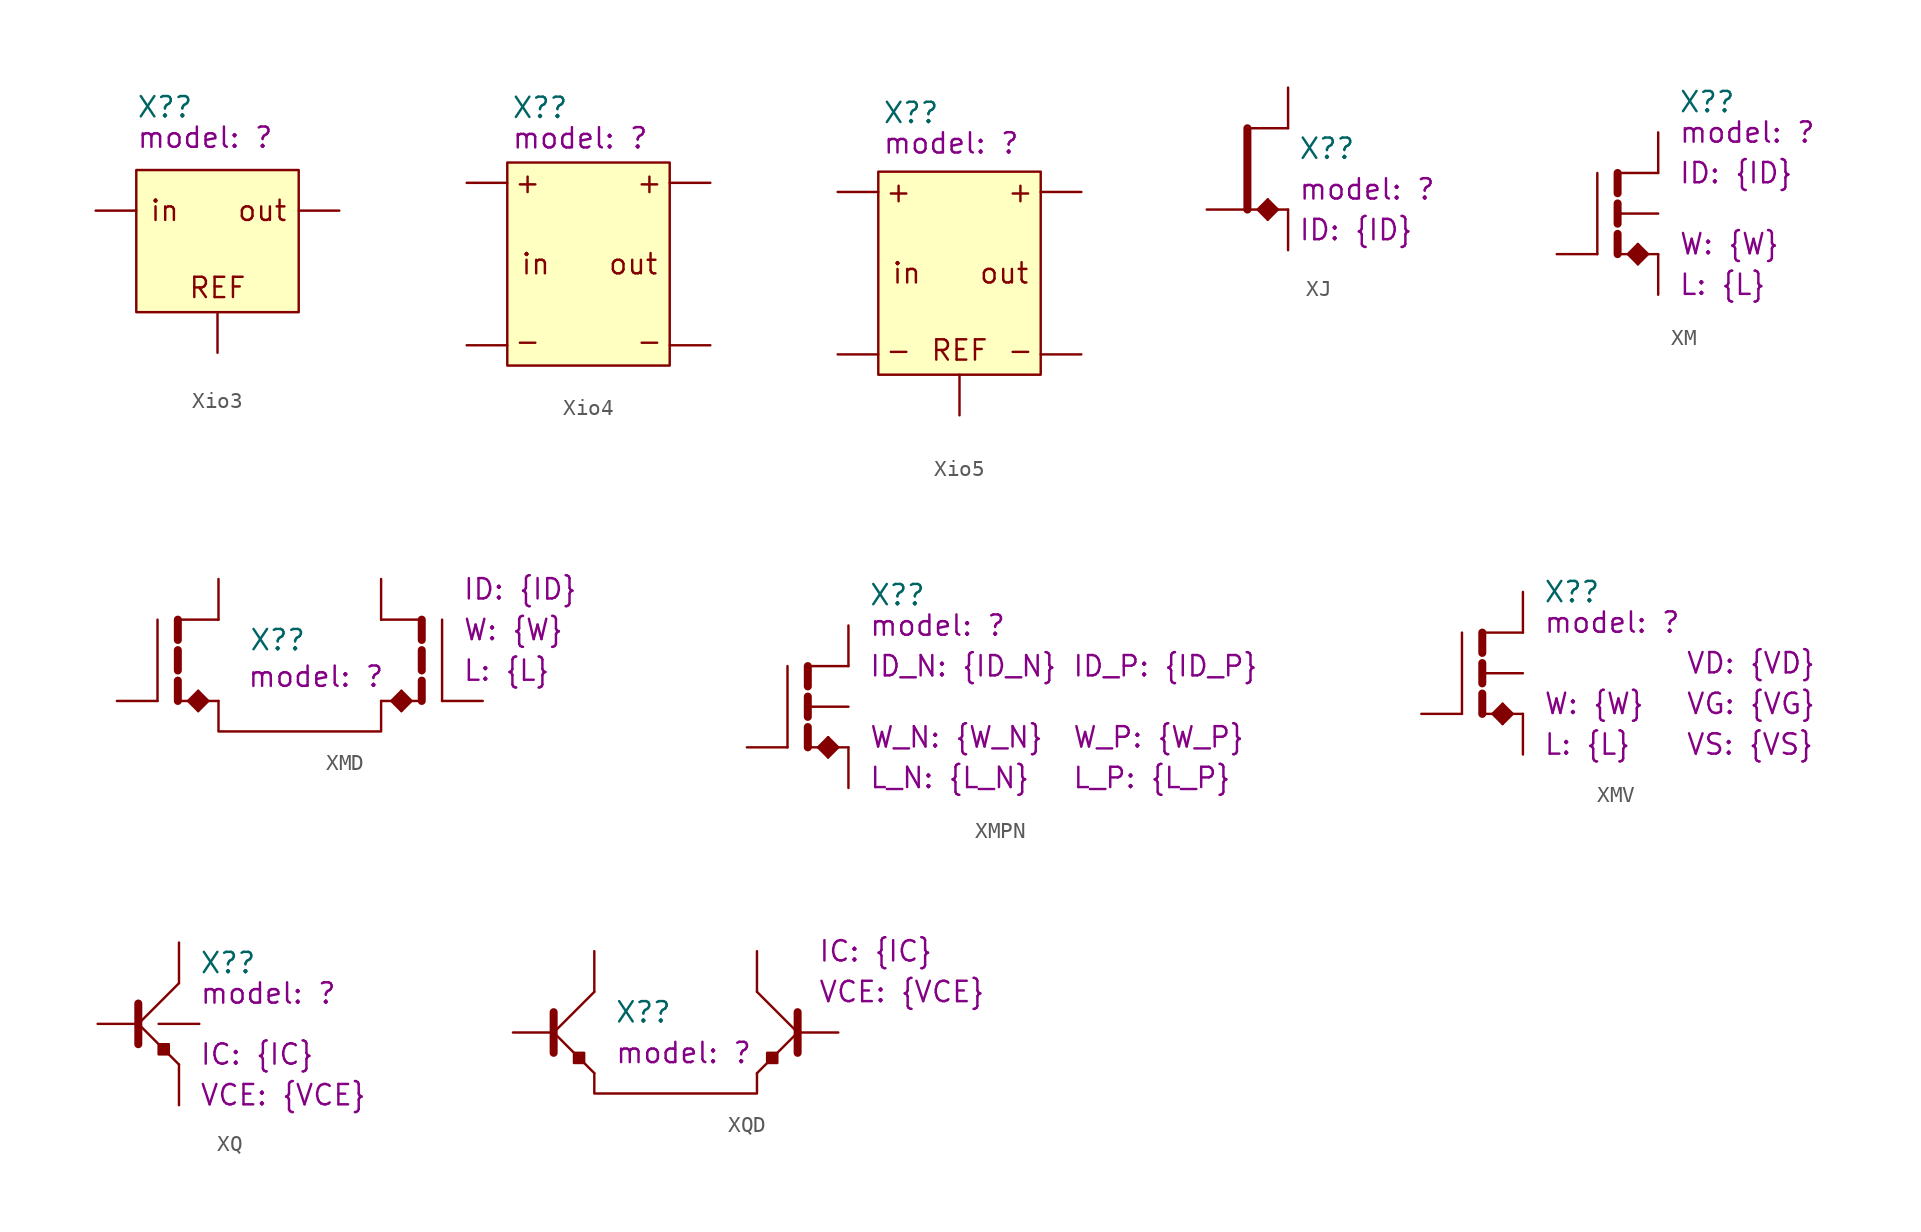
<source format=kicad_sym>
(kicad_symbol_lib
  (version 20231120)
  (generator "kicad_symbol_editor")
  (generator_version "8.0")
  (symbol "Xio3"
    (pin_numbers hide)
    (pin_names
      (offset 0) hide)
    (property "Reference" "X?"
      (at -5.08 6.477 0)
      (effects (font (size 1.27 1.27)) (justify left)))
    (property "model" "?"
      (at -5.08 4.572 0)
      (show_name)
      (effects (font (size 1.27 1.27)) (justify left)))
    (symbol "Xio3_1_0"
      (pin power_out line (at 7.62 0 180) (length 2.54) (name "out" (effects (font (size 1.27 1.27)))) (number "2" (effects (font (size 1.27 1.27)))))
      (pin power_out line (at 0 -8.89 90) (length 2.54) (name "REF" (effects (font (size 1.27 1.27)))) (number "3" (effects (font (size 1.27 1.27))))))
    (symbol "Xio3_1_1"
      (rectangle (start -5.08 2.54) (end 5.08 -6.35) (stroke (width 0) (type default)) (fill (type background)))
      (text "in" (at -3.302 0 0) (effects (font (size 1.27 1.27))))
      (text "out" (at 2.794 0 0) (effects (font (size 1.27 1.27))))
      (text "REF" (at 0 -4.826 0) (effects (font (size 1.27 1.27))))
      (pin input line (at -7.62 0 0) (length 2.54) (name "in" (effects (font (size 1.27 1.27)))) (number "1" (effects (font (size 1.27 1.27)))))))
  (symbol "Xio4"
    (pin_numbers hide)
    (pin_names
      (offset 0) hide)
    (property "Reference" "X?"
      (at -4.826 9.779 0)
      (effects (font (size 1.27 1.27)) (justify left)))
    (property "model" "?"
      (at -4.826 7.874 0)
      (show_name)
      (effects (font (size 1.27 1.27)) (justify left)))
    (symbol "Xio4_1_0"
      (pin power_out line (at 7.62 5.08 180) (length 2.54) (name "outP" (effects (font (size 1.27 1.27)))) (number "3" (effects (font (size 1.27 1.27)))))
      (pin power_out line (at 7.62 -5.08 180) (length 2.54) (name "outN" (effects (font (size 1.27 1.27)))) (number "4" (effects (font (size 1.27 1.27))))))
    (symbol "Xio4_1_1"
      (rectangle (start -5.08 6.35) (end 5.08 -6.35) (stroke (width 0) (type default)) (fill (type background)))
      (text "+" (at -3.81 5.08 0) (effects (font (size 1.27 1.27))))
      (text "+" (at 3.81 5.08 0) (effects (font (size 1.27 1.27))))
      (text "-" (at -3.81 -4.826 0) (effects (font (size 1.27 1.27))))
      (text "-" (at 3.81 -4.826 0) (effects (font (size 1.27 1.27))))
      (text "in" (at -3.302 0 0) (effects (font (size 1.27 1.27))))
      (text "out" (at 2.794 0 0) (effects (font (size 1.27 1.27))))
      (pin input line (at -7.62 5.08 0) (length 2.54) (name "inP" (effects (font (size 1.27 1.27)))) (number "1" (effects (font (size 1.27 1.27)))))
      (pin input line (at -7.62 -5.08 0) (length 2.54) (name "inN" (effects (font (size 1.27 1.27)))) (number "2" (effects (font (size 1.27 1.27)))))))
  (symbol "Xio5"
    (pin_numbers hide)
    (pin_names
      (offset 0) hide)
    (property "Reference" "X?"
      (at -4.826 10.033 0)
      (effects (font (size 1.27 1.27)) (justify left)))
    (property "model" "?"
      (at -4.826 8.128 0)
      (show_name)
      (effects (font (size 1.27 1.27)) (justify left)))
    (symbol "Xio5_1_0"
      (pin power_out line (at 7.62 5.08 180) (length 2.54) (name "outP" (effects (font (size 1.27 1.27)))) (number "3" (effects (font (size 1.27 1.27)))))
      (pin power_out line (at 7.62 -5.08 180) (length 2.54) (name "outN" (effects (font (size 1.27 1.27)))) (number "4" (effects (font (size 1.27 1.27)))))
      (pin power_out line (at 0 -8.89 90) (length 2.54) (name "REF" (effects (font (size 1.27 1.27)))) (number "5" (effects (font (size 1.27 1.27))))))
    (symbol "Xio5_1_1"
      (rectangle (start -5.08 6.35) (end 5.08 -6.35) (stroke (width 0) (type default)) (fill (type background)))
      (text "+" (at -3.81 5.08 0) (effects (font (size 1.27 1.27))))
      (text "+" (at 3.81 5.08 0) (effects (font (size 1.27 1.27))))
      (text "-" (at -3.81 -4.826 0) (effects (font (size 1.27 1.27))))
      (text "-" (at 3.81 -4.826 0) (effects (font (size 1.27 1.27))))
      (text "in" (at -3.302 0 0) (effects (font (size 1.27 1.27))))
      (text "out" (at 2.794 0 0) (effects (font (size 1.27 1.27))))
      (text "REF" (at 0 -4.826 0) (effects (font (size 1.27 1.27))))
      (pin input line (at -7.62 5.08 0) (length 2.54) (name "inP" (effects (font (size 1.27 1.27)))) (number "1" (effects (font (size 1.27 1.27)))))
      (pin input line (at -7.62 -5.08 0) (length 2.54) (name "inN" (effects (font (size 1.27 1.27)))) (number "2" (effects (font (size 1.27 1.27)))))))
  (symbol "XJ"
    (pin_numbers hide)
    (pin_names
      (offset 0) hide)
    (property "Reference" "X?"
      (at 0.635 1.27 0)
      (effects (font (size 1.27 1.27)) (justify left)))
    (property "model" "?"
      (at 0.635 -1.27 0)
      (show_name)
      (effects (font (size 1.27 1.27)) (justify left)))
    (property "ID" "{ID}"
      (at 0.635 -3.81 0)
      (show_name)
      (do_not_autoplace)
      (effects (font (size 1.27 1.27)) (justify left)))
    (symbol "XJ_0_1"
      (polyline (pts (xy -1.905 -2.54) (xy -1.27 -1.905) (xy -1.27 -3.175) (xy -1.905 -2.54)) (stroke (width 0) (type solid)) (fill (type outline)))
      (polyline (pts (xy -0.635 -2.54) (xy -1.27 -1.905) (xy -1.27 -3.175) (xy -0.635 -2.54)) (stroke (width 0) (type solid)) (fill (type outline))))
    (symbol "XJ_1_0"
      (pin unspecified line (at 0 5.08 270) (length 2.54) (name "D" (effects (font (size 1.27 1.27)))) (number "1" (effects (font (size 1.27 1.27)))))
      (pin unspecified line (at -5.08 -2.54 0) (length 2.54) (name "G" (effects (font (size 1.27 1.27)))) (number "2" (effects (font (size 1.27 1.27)))))
      (pin unspecified line (at 0 -5.08 90) (length 2.54) (name "S" (effects (font (size 1.27 1.27)))) (number "3" (effects (font (size 1.27 1.27))))))
    (symbol "XJ_1_1"
      (polyline (pts (xy -2.54 -2.54) (xy -2.54 2.54)) (stroke (width 0.5) (type solid)) (fill (type none)))
      (polyline (pts (xy 0 -2.54) (xy -2.54 -2.54)) (stroke (width 0) (type default)) (fill (type none)))
      (polyline (pts (xy 0 2.54) (xy -2.54 2.54)) (stroke (width 0) (type default)) (fill (type none)))))
  (symbol "XM"
    (pin_numbers hide)
    (pin_names
      (offset 0) hide)
    (property "Reference" "X?"
      (at 1.27 6.985 0)
      (effects (font (size 1.27 1.27)) (justify left)))
    (property "model" "?"
      (at 1.27 5.08 0)
      (show_name)
      (effects (font (size 1.27 1.27)) (justify left)))
    (property "W" "{W}"
      (at 1.27 -1.905 0)
      (show_name)
      (do_not_autoplace)
      (effects (font (size 1.27 1.27)) (justify left)))
    (property "L" "{L}"
      (at 1.27 -4.445 0)
      (show_name)
      (do_not_autoplace)
      (effects (font (size 1.27 1.27)) (justify left)))
    (property "ID" "{ID}"
      (at 1.27 2.54 0)
      (show_name)
      (do_not_autoplace)
      (effects (font (size 1.27 1.27)) (justify left)))
    (symbol "XM_0_1"
      (polyline (pts (xy -3.81 -2.54) (xy -3.81 2.54)) (stroke (width 0) (type default)) (fill (type none)))
      (polyline (pts (xy -1.905 -2.54) (xy -1.27 -1.905) (xy -1.27 -3.175) (xy -1.905 -2.54)) (stroke (width 0) (type solid)) (fill (type outline)))
      (polyline (pts (xy -0.635 -2.54) (xy -1.27 -1.905) (xy -1.27 -3.175) (xy -0.635 -2.54)) (stroke (width 0) (type solid)) (fill (type outline))))
    (symbol "XM_1_0"
      (pin unspecified line (at 0 5.08 270) (length 2.54) (name "D" (effects (font (size 1.27 1.27)))) (number "1" (effects (font (size 1.27 1.27)))))
      (pin unspecified line (at -6.35 -2.54 0) (length 2.54) (name "G" (effects (font (size 1.27 1.27)))) (number "2" (effects (font (size 1.27 1.27)))))
      (pin unspecified line (at 0 -5.08 90) (length 2.54) (name "S" (effects (font (size 1.27 1.27)))) (number "3" (effects (font (size 1.27 1.27)))))
      (pin unspecified line (at 0 0 180) (length 2.54) (name "B" (effects (font (size 1.27 1.27)))) (number "4" (effects (font (size 1.27 1.27))))))
    (symbol "XM_1_1"
      (polyline (pts (xy -2.54 -2.54) (xy -2.54 -1.27)) (stroke (width 0.5) (type solid)) (fill (type none)))
      (polyline (pts (xy -2.54 -0.635) (xy -2.54 0.635)) (stroke (width 0.5) (type solid)) (fill (type none)))
      (polyline (pts (xy -2.54 1.27) (xy -2.54 2.54)) (stroke (width 0.5) (type solid)) (fill (type none)))
      (polyline (pts (xy 0 -2.54) (xy -2.54 -2.54)) (stroke (width 0) (type default)) (fill (type none)))
      (polyline (pts (xy 0 2.54) (xy -2.54 2.54)) (stroke (width 0) (type default)) (fill (type none)))))
  (symbol "XMD"
    (pin_numbers hide)
    (pin_names
      (offset 0) hide)
    (property "Reference" "X?"
      (at 1.905 1.27 0)
      (effects (font (size 1.27 1.27)) (justify left)))
    (property "model" "?"
      (at 1.778 -1.016 0)
      (show_name)
      (effects (font (size 1.27 1.27)) (justify left)))
    (property "W" "{W}"
      (at 15.24 1.905 0)
      (show_name)
      (do_not_autoplace)
      (effects (font (size 1.27 1.27)) (justify left)))
    (property "L" "{L}"
      (at 15.24 -0.635 0)
      (show_name)
      (do_not_autoplace)
      (effects (font (size 1.27 1.27)) (justify left)))
    (property "ID" "{ID}"
      (at 15.24 4.445 0)
      (show_name)
      (do_not_autoplace)
      (effects (font (size 1.27 1.27)) (justify left)))
    (symbol "XMD_0_1"
      (polyline (pts (xy -3.81 -2.54) (xy -3.81 2.54)) (stroke (width 0) (type default)) (fill (type none)))
      (polyline (pts (xy 13.97 -2.54) (xy 13.97 2.54)) (stroke (width 0) (type default)) (fill (type none)))
      (polyline (pts (xy -1.905 -2.54) (xy -1.27 -1.905) (xy -1.27 -3.175) (xy -1.905 -2.54)) (stroke (width 0) (type solid)) (fill (type outline)))
      (polyline (pts (xy -0.635 -2.54) (xy -1.27 -1.905) (xy -1.27 -3.175) (xy -0.635 -2.54)) (stroke (width 0) (type solid)) (fill (type outline)))
      (polyline (pts (xy 0 -2.54) (xy 0 -4.445) (xy 10.16 -4.445) (xy 10.16 -2.54)) (stroke (width 0) (type default)) (fill (type none)))
      (polyline (pts (xy 10.795 -2.54) (xy 11.43 -1.905) (xy 11.43 -3.175) (xy 10.795 -2.54)) (stroke (width 0) (type solid)) (fill (type outline)))
      (polyline (pts (xy 12.065 -2.54) (xy 11.43 -1.905) (xy 11.43 -3.175) (xy 12.065 -2.54)) (stroke (width 0) (type solid)) (fill (type outline))))
    (symbol "XMD_1_0"
      (pin unspecified line (at 0 5.08 270) (length 2.54) (name "D1" (effects (font (size 1.27 1.27)))) (number "1" (effects (font (size 1.27 1.27)))))
      (pin unspecified line (at 10.16 5.08 270) (length 2.54) (name "D2" (effects (font (size 1.27 1.27)))) (number "2" (effects (font (size 1.27 1.27)))))
      (pin unspecified line (at -6.35 -2.54 0) (length 2.54) (name "G1" (effects (font (size 1.27 1.27)))) (number "3" (effects (font (size 1.27 1.27)))))
      (pin unspecified line (at 16.51 -2.54 180) (length 2.54) (name "G2" (effects (font (size 1.27 1.27)))) (number "4" (effects (font (size 1.27 1.27))))))
    (symbol "XMD_1_1"
      (polyline (pts (xy -2.54 -2.54) (xy -2.54 -1.27)) (stroke (width 0.5) (type solid)) (fill (type none)))
      (polyline (pts (xy -2.54 -0.635) (xy -2.54 0.635)) (stroke (width 0.5) (type solid)) (fill (type none)))
      (polyline (pts (xy -2.54 1.27) (xy -2.54 2.54)) (stroke (width 0.5) (type solid)) (fill (type none)))
      (polyline (pts (xy 0 -2.54) (xy -2.54 -2.54)) (stroke (width 0) (type default)) (fill (type none)))
      (polyline (pts (xy 0 2.54) (xy -2.54 2.54)) (stroke (width 0) (type default)) (fill (type none)))
      (polyline (pts (xy 10.16 -2.54) (xy 12.7 -2.54)) (stroke (width 0) (type default)) (fill (type none)))
      (polyline (pts (xy 10.16 2.54) (xy 12.7 2.54)) (stroke (width 0) (type default)) (fill (type none)))
      (polyline (pts (xy 12.7 -2.54) (xy 12.7 -1.27)) (stroke (width 0.5) (type solid)) (fill (type none)))
      (polyline (pts (xy 12.7 -0.635) (xy 12.7 0.635)) (stroke (width 0.5) (type solid)) (fill (type none)))
      (polyline (pts (xy 12.7 1.27) (xy 12.7 2.54)) (stroke (width 0.5) (type solid)) (fill (type none)))))
  (symbol "XMPN"
    (pin_numbers hide)
    (pin_names
      (offset 0) hide)
    (property "Reference" "X?"
      (at 1.27 6.985 0)
      (effects (font (size 1.27 1.27)) (justify left)))
    (property "model" "?"
      (at 1.27 5.08 0)
      (show_name)
      (effects (font (size 1.27 1.27)) (justify left)))
    (property "W_N" "{W_N}"
      (at 1.27 -1.905 0)
      (show_name)
      (do_not_autoplace)
      (effects (font (size 1.27 1.27)) (justify left)))
    (property "L_N" "{L_N}"
      (at 1.27 -4.445 0)
      (show_name)
      (do_not_autoplace)
      (effects (font (size 1.27 1.27)) (justify left)))
    (property "ID_N" "{ID_N}"
      (at 1.27 2.54 0)
      (show_name)
      (do_not_autoplace)
      (effects (font (size 1.27 1.27)) (justify left)))
    (property "W_P" "{W_P}"
      (at 13.97 -1.905 0)
      (show_name)
      (do_not_autoplace)
      (effects (font (size 1.27 1.27)) (justify left)))
    (property "L_P" "{L_P}"
      (at 13.97 -4.445 0)
      (show_name)
      (do_not_autoplace)
      (effects (font (size 1.27 1.27)) (justify left)))
    (property "ID_P" "{ID_P}"
      (at 13.97 2.54 0)
      (show_name)
      (do_not_autoplace)
      (effects (font (size 1.27 1.27)) (justify left)))
    (symbol "XMPN_0_1"
      (polyline (pts (xy -3.81 -2.54) (xy -3.81 2.54)) (stroke (width 0) (type default)) (fill (type none)))
      (polyline (pts (xy -1.905 -2.54) (xy -1.27 -1.905) (xy -1.27 -3.175) (xy -1.905 -2.54)) (stroke (width 0) (type solid)) (fill (type outline)))
      (polyline (pts (xy -0.635 -2.54) (xy -1.27 -1.905) (xy -1.27 -3.175) (xy -0.635 -2.54)) (stroke (width 0) (type solid)) (fill (type outline))))
    (symbol "XMPN_1_0"
      (pin unspecified line (at 0 5.08 270) (length 2.54) (name "D" (effects (font (size 1.27 1.27)))) (number "1" (effects (font (size 1.27 1.27)))))
      (pin unspecified line (at -6.35 -2.54 0) (length 2.54) (name "G" (effects (font (size 1.27 1.27)))) (number "2" (effects (font (size 1.27 1.27)))))
      (pin unspecified line (at 0 -5.08 90) (length 2.54) (name "S" (effects (font (size 1.27 1.27)))) (number "3" (effects (font (size 1.27 1.27)))))
      (pin unspecified line (at 0 0 180) (length 2.54) (name "B" (effects (font (size 1.27 1.27)))) (number "4" (effects (font (size 1.27 1.27))))))
    (symbol "XMPN_1_1"
      (polyline (pts (xy -2.54 -2.54) (xy -2.54 -1.27)) (stroke (width 0.5) (type solid)) (fill (type none)))
      (polyline (pts (xy -2.54 -0.635) (xy -2.54 0.635)) (stroke (width 0.5) (type solid)) (fill (type none)))
      (polyline (pts (xy -2.54 1.27) (xy -2.54 2.54)) (stroke (width 0.5) (type solid)) (fill (type none)))
      (polyline (pts (xy 0 -2.54) (xy -2.54 -2.54)) (stroke (width 0) (type default)) (fill (type none)))
      (polyline (pts (xy 0 2.54) (xy -2.54 2.54)) (stroke (width 0) (type default)) (fill (type none)))))
  (symbol "XMV"
    (pin_numbers hide)
    (pin_names
      (offset 0) hide)
    (property "Reference" "X?"
      (at 1.27 5.08 0)
      (effects (font (size 1.27 1.27)) (justify left)))
    (property "model" "?"
      (at 1.27 3.175 0)
      (show_name)
      (effects (font (size 1.27 1.27)) (justify left)))
    (property "W" "{W}"
      (at 1.27 -1.905 0)
      (show_name)
      (do_not_autoplace)
      (effects (font (size 1.27 1.27)) (justify left)))
    (property "L" "{L}"
      (at 1.27 -4.445 0)
      (show_name)
      (do_not_autoplace)
      (effects (font (size 1.27 1.27)) (justify left)))
    (property "VG" "{VG}"
      (at 10.16 -1.905 0)
      (show_name)
      (do_not_autoplace)
      (effects (font (size 1.27 1.27)) (justify left)))
    (property "VD" "{VD}"
      (at 10.16 0.635 0)
      (show_name)
      (do_not_autoplace)
      (effects (font (size 1.27 1.27)) (justify left)))
    (property "VS" "{VS}"
      (at 10.16 -4.445 0)
      (show_name)
      (do_not_autoplace)
      (effects (font (size 1.27 1.27)) (justify left)))
    (symbol "XMV_0_1"
      (polyline (pts (xy -3.81 -2.54) (xy -3.81 2.54)) (stroke (width 0) (type default)) (fill (type none)))
      (polyline (pts (xy -1.905 -2.54) (xy -1.27 -1.905) (xy -1.27 -3.175) (xy -1.905 -2.54)) (stroke (width 0) (type solid)) (fill (type outline)))
      (polyline (pts (xy -0.635 -2.54) (xy -1.27 -1.905) (xy -1.27 -3.175) (xy -0.635 -2.54)) (stroke (width 0) (type solid)) (fill (type outline))))
    (symbol "XMV_1_0"
      (pin unspecified line (at 0 5.08 270) (length 2.54) (name "D" (effects (font (size 1.27 1.27)))) (number "1" (effects (font (size 1.27 1.27)))))
      (pin unspecified line (at -6.35 -2.54 0) (length 2.54) (name "G" (effects (font (size 1.27 1.27)))) (number "2" (effects (font (size 1.27 1.27)))))
      (pin unspecified line (at 0 -5.08 90) (length 2.54) (name "S" (effects (font (size 1.27 1.27)))) (number "3" (effects (font (size 1.27 1.27)))))
      (pin unspecified line (at 0 0 180) (length 2.54) (name "4" (effects (font (size 1.27 1.27)))) (number "B" (effects (font (size 1.27 1.27))))))
    (symbol "XMV_1_1"
      (polyline (pts (xy -2.54 -2.54) (xy -2.54 -1.27)) (stroke (width 0.5) (type solid)) (fill (type none)))
      (polyline (pts (xy -2.54 -0.635) (xy -2.54 0.635)) (stroke (width 0.5) (type solid)) (fill (type none)))
      (polyline (pts (xy -2.54 1.27) (xy -2.54 2.54)) (stroke (width 0.5) (type solid)) (fill (type none)))
      (polyline (pts (xy 0 -2.54) (xy -2.54 -2.54)) (stroke (width 0) (type default)) (fill (type none)))
      (polyline (pts (xy 0 2.54) (xy -2.54 2.54)) (stroke (width 0) (type default)) (fill (type none)))))
  (symbol "XQ"
    (pin_numbers hide)
    (pin_names
      (offset 0) hide)
    (property "Reference" "X?"
      (at 1.27 3.81 0)
      (effects (font (size 1.27 1.27)) (justify left)))
    (property "model" "?"
      (at 1.27 1.905 0)
      (show_name)
      (effects (font (size 1.27 1.27)) (justify left)))
    (property "IC" "{IC}"
      (at 1.27 -1.905 0)
      (show_name)
      (do_not_autoplace)
      (effects (font (size 1.27 1.27)) (justify left)))
    (property "VCE" "{VCE}"
      (at 1.27 -4.445 0)
      (show_name)
      (do_not_autoplace)
      (effects (font (size 1.27 1.27)) (justify left)))
    (symbol "XQ_0_1"
      (polyline (pts (xy -1.27 -1.27) (xy -1.27 -1.27) (xy -1.27 -1.905) (xy -0.635 -1.905) (xy -0.635 -1.27) (xy -0.635 -1.27) (xy -1.27 -1.27)) (stroke (width 0) (type solid)) (fill (type outline))))
    (symbol "XQ_1_0"
      (pin unspecified line (at 0 5.08 270) (length 2.54) (name "C" (effects (font (size 1.27 1.27)))) (number "1" (effects (font (size 1.27 1.27)))))
      (pin unspecified line (at -5.08 0 0) (length 2.54) (name "B" (effects (font (size 1.27 1.27)))) (number "3" (effects (font (size 1.27 1.27)))))
      (pin unspecified line (at 0 -5.08 90) (length 2.54) (name "E" (effects (font (size 1.27 1.27)))) (number "3" (effects (font (size 1.27 1.27)))))
      (pin unspecified line (at 1.27 0 180) (length 2.54) (name "S" (effects (font (size 1.27 1.27)))) (number "4" (effects (font (size 1.27 1.27))))))
    (symbol "XQ_1_1"
      (polyline (pts (xy -2.54 -1.27) (xy -2.54 1.27)) (stroke (width 0.5) (type solid)) (fill (type none)))
      (polyline (pts (xy 0 -2.54) (xy -2.54 0)) (stroke (width 0) (type default)) (fill (type none)))
      (polyline (pts (xy 0 2.54) (xy -2.54 0) (xy -2.54 0)) (stroke (width 0) (type default)) (fill (type none)))))
  (symbol "XQD"
    (pin_numbers hide)
    (pin_names
      (offset 0) hide)
    (property "Reference" "X?"
      (at 1.27 1.27 0)
      (effects (font (size 1.27 1.27)) (justify left)))
    (property "model" "?"
      (at 1.27 -1.27 0)
      (show_name)
      (effects (font (size 1.27 1.27)) (justify left)))
    (property "IC" "{IC}"
      (at 13.97 5.08 0)
      (show_name)
      (do_not_autoplace)
      (effects (font (size 1.27 1.27)) (justify left)))
    (property "VCE" "{VCE}"
      (at 13.97 2.54 0)
      (show_name)
      (do_not_autoplace)
      (effects (font (size 1.27 1.27)) (justify left)))
    (symbol "XQD_0_1"
      (polyline (pts (xy 0 -2.54) (xy 0 -3.81) (xy 10.16 -3.81) (xy 10.16 -2.54)) (stroke (width 0) (type default)) (fill (type none)))
      (polyline (pts (xy -1.27 -1.27) (xy -1.27 -1.27) (xy -1.27 -1.905) (xy -0.635 -1.905) (xy -0.635 -1.27) (xy -0.635 -1.27) (xy -1.27 -1.27)) (stroke (width 0) (type solid)) (fill (type outline)))
      (polyline (pts (xy 11.43 -1.27) (xy 11.43 -1.27) (xy 11.43 -1.905) (xy 10.795 -1.905) (xy 10.795 -1.27) (xy 10.795 -1.27) (xy 11.43 -1.27)) (stroke (width 0) (type solid)) (fill (type outline))))
    (symbol "XQD_1_0"
      (pin unspecified line (at 0 5.08 270) (length 2.54) (name "C1" (effects (font (size 1.27 1.27)))) (number "1" (effects (font (size 1.27 1.27)))))
      (pin unspecified line (at 10.16 5.08 270) (length 2.54) (name "C2" (effects (font (size 1.27 1.27)))) (number "2" (effects (font (size 1.27 1.27)))))
      (pin unspecified line (at -5.08 0 0) (length 2.54) (name "B1" (effects (font (size 1.27 1.27)))) (number "3" (effects (font (size 1.27 1.27)))))
      (pin unspecified line (at 15.24 0 180) (length 2.54) (name "B2" (effects (font (size 1.27 1.27)))) (number "4" (effects (font (size 1.27 1.27))))))
    (symbol "XQD_1_1"
      (polyline (pts (xy -2.54 -1.27) (xy -2.54 1.27)) (stroke (width 0.5) (type solid)) (fill (type none)))
      (polyline (pts (xy 0 -2.54) (xy -2.54 0)) (stroke (width 0) (type default)) (fill (type none)))
      (polyline (pts (xy 10.16 -2.54) (xy 12.7 0)) (stroke (width 0) (type default)) (fill (type none)))
      (polyline (pts (xy 12.7 -1.27) (xy 12.7 1.27)) (stroke (width 0.5) (type solid)) (fill (type none)))
      (polyline (pts (xy 0 2.54) (xy -2.54 0) (xy -2.54 0)) (stroke (width 0) (type default)) (fill (type none)))
      (polyline (pts (xy 10.16 2.54) (xy 12.7 0) (xy 12.7 0)) (stroke (width 0) (type default)) (fill (type none))))))
</source>
